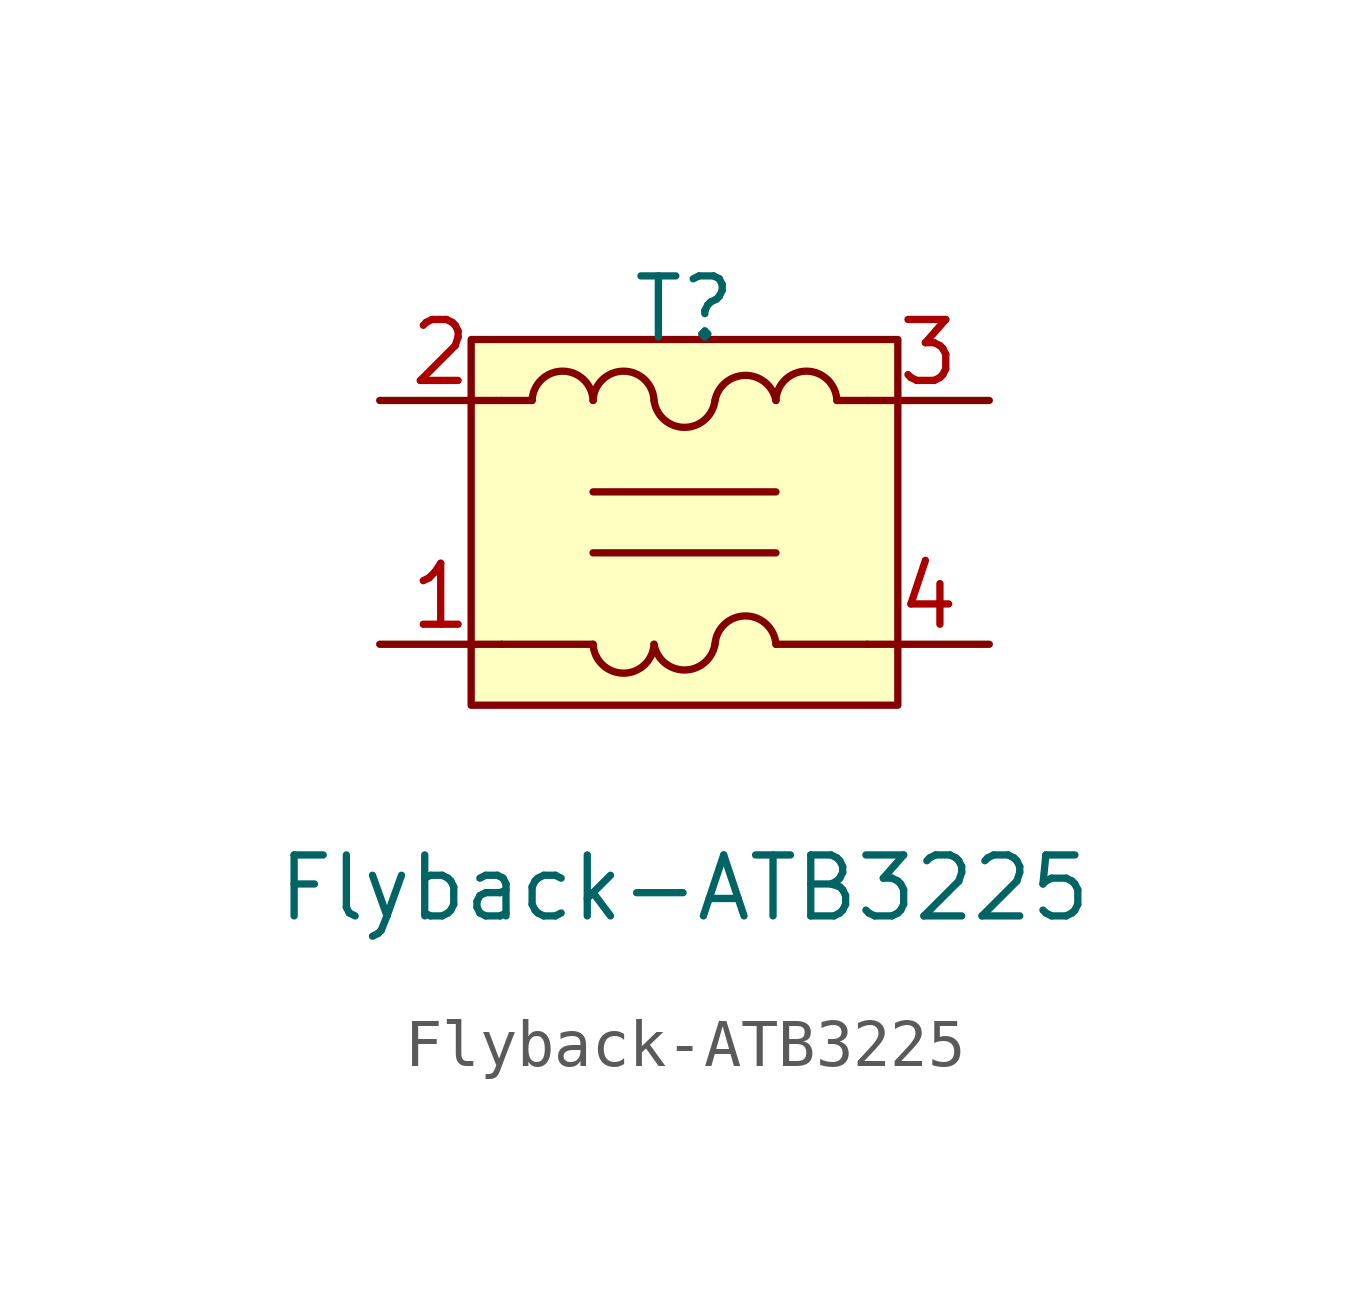
<source format=kicad_sym>
(kicad_symbol_lib
  (version 20211014)
  (generator kicad_symbol_editor)
  (symbol "Flyback-ATB3225"
    (property "Reference" "T"
      (at 0 4.445 0)
      (effects (font (size 1.27 1.27))))
    (property "Value" "Flyback-ATB3225"
      (at 0 -7.62 0)
      (effects (font (size 1.27 1.27))))
    (symbol "Flyback-ATB3225_0_1"
      (rectangle (start -4.445 3.81) (end 4.445 -3.81) (stroke (width 0) (type default) (color 0 0 0 0)) (fill (type background)))
      (arc (start -1.905 -2.54) (mid -1.27 -3.2097) (end -0.635 -2.54) (stroke (width 0) (type default) (color 0 0 0 0)) (fill (type none)))
      (arc (start -1.905 2.54) (mid -2.54 3.2007) (end -3.175 2.54) (stroke (width 0) (type default) (color 0 0 0 0)) (fill (type none)))
      (arc (start -0.635 -2.54) (mid 0 -3.292) (end 0.635 -2.54) (stroke (width 0) (type default) (color 0 0 0 0)) (fill (type none)))
      (arc (start -0.635 2.54) (mid -1.27 3.2007) (end -1.905 2.54) (stroke (width 0) (type default) (color 0 0 0 0)) (fill (type none)))
      (arc (start -0.635 2.54) (mid 0 1.9798) (end 0.635 2.54) (stroke (width 0) (type default) (color 0 0 0 0)) (fill (type none)))
      (polyline (pts (xy -3.81 -2.54) (xy -1.905 -2.54)) (stroke (width 0) (type default) (color 0 0 0 0)) (fill (type none)))
      (polyline (pts (xy -3.81 2.54) (xy -3.175 2.54)) (stroke (width 0) (type default) (color 0 0 0 0)) (fill (type none)))
      (polyline (pts (xy -1.905 -0.635) (xy 1.905 -0.635)) (stroke (width 0) (type default) (color 0 0 0 0)) (fill (type none)))
      (polyline (pts (xy 1.905 0.635) (xy -1.905 0.635)) (stroke (width 0) (type default) (color 0 0 0 0)) (fill (type none)))
      (polyline (pts (xy 3.81 -2.54) (xy 1.905 -2.54)) (stroke (width 0) (type default) (color 0 0 0 0)) (fill (type none)))
      (polyline (pts (xy 3.81 2.54) (xy 3.175 2.54)) (stroke (width 0) (type default) (color 0 0 0 0)) (fill (type none)))
      (arc (start 1.905 -2.54) (mid 1.27 -1.9498) (end 0.635 -2.54) (stroke (width 0) (type default) (color 0 0 0 0)) (fill (type none)))
      (arc (start 1.905 2.54) (mid 1.27 3.311) (end 0.635 2.54) (stroke (width 0) (type default) (color 0 0 0 0)) (fill (type none)))
      (arc (start 3.175 2.54) (mid 2.54 3.2007) (end 1.905 2.54) (stroke (width 0) (type default) (color 0 0 0 0)) (fill (type none))))
    (symbol "Flyback-ATB3225_1_1"
      (pin bidirectional line (at -6.35 -2.54 0) (length 2.54) (name "" (effects (font (size 1.27 1.27)))) (number "1" (effects (font (size 1.27 1.27)))))
      (pin bidirectional line (at -6.35 2.54 0) (length 2.54) (name "" (effects (font (size 1.27 1.27)))) (number "2" (effects (font (size 1.27 1.27)))))
      (pin bidirectional line (at 6.35 2.54 180) (length 2.54) (name "" (effects (font (size 1.27 1.27)))) (number "3" (effects (font (size 1.27 1.27)))))
      (pin bidirectional line (at 6.35 -2.54 180) (length 2.54) (name "" (effects (font (size 1.27 1.27)))) (number "4" (effects (font (size 1.27 1.27))))))))
</source>
